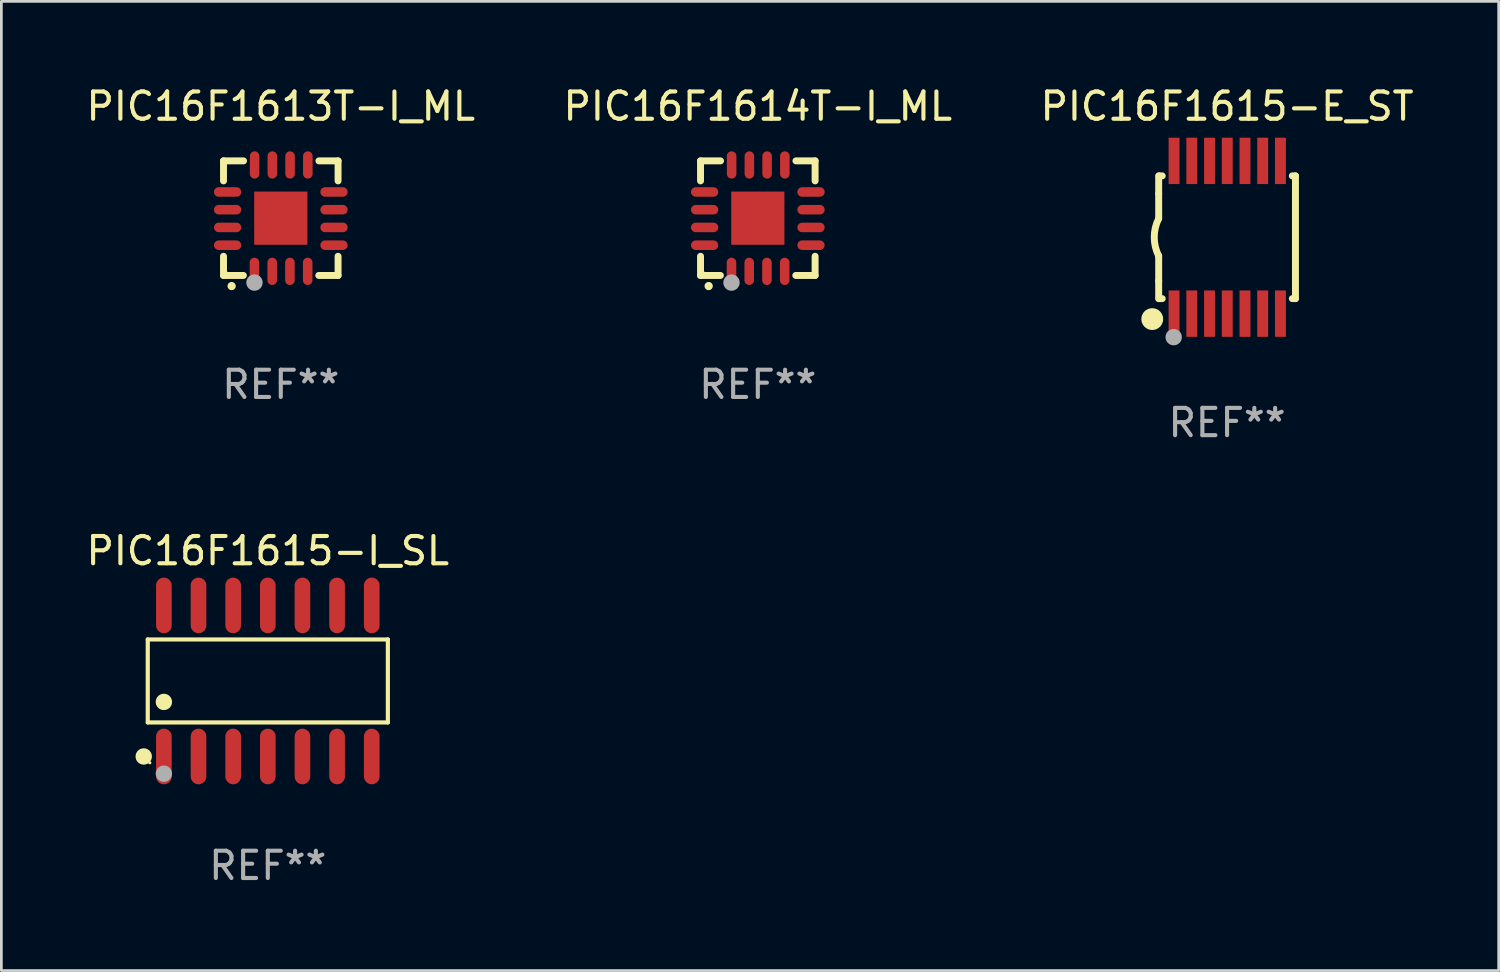
<source format=kicad_pcb>
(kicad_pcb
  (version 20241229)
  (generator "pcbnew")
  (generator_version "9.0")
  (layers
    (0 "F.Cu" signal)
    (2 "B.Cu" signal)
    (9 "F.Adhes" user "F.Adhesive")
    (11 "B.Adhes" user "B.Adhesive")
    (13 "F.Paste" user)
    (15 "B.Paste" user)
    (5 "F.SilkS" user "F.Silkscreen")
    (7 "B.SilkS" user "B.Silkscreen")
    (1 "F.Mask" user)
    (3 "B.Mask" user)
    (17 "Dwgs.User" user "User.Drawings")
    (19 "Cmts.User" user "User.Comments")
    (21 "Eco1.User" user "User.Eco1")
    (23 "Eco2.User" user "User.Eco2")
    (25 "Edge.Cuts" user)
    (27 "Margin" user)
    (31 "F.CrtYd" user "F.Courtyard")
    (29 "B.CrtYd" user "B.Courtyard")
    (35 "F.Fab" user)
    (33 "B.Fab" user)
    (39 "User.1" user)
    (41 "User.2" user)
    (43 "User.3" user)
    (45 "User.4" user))
  (footprint "PIC16F1615-E_ST"
    (layer "F.Cu")
    (at 41.935 5.648)
    (property "Reference" "PIC16F1615-E_ST" (at 0 -4.8 0) (layer "F.SilkS") (effects (font (size 1 1) (thickness 0.15))))
    (attr through_hole)
    (fp_line (start -2.507 -1.6) (end -2.507 -2.25) (stroke (width 0.254) (type solid)) (layer "F.SilkS"))
    (fp_line (start -2.507 -0.686) (end -2.507 -1.6) (stroke (width 0.254) (type solid)) (layer "F.SilkS"))
    (fp_line (start -2.507 1.6) (end -2.507 0.686) (stroke (width 0.254) (type solid)) (layer "F.SilkS"))
    (fp_line (start -2.507 1.6) (end -2.507 2.25) (stroke (width 0.254) (type solid)) (layer "F.SilkS"))
    (fp_line (start -2.493 -2.25) (end -2.377 -2.25) (stroke (width 0.254) (type solid)) (layer "F.SilkS"))
    (fp_line (start -2.377 2.25) (end -2.493 2.25) (stroke (width 0.254) (type solid)) (layer "F.SilkS"))
    (fp_line (start 2.392 -2.25) (end 2.507 -2.25) (stroke (width 0.254) (type solid)) (layer "F.SilkS"))
    (fp_line (start 2.507 -2.25) (end 2.507 2.25) (stroke (width 0.254) (type solid)) (layer "F.SilkS"))
    (fp_line (start 2.507 2.25) (end 2.392 2.25) (stroke (width 0.254) (type solid)) (layer "F.SilkS"))
    (fp_arc (start -2.507303 0.685802) (mid -2.669199 0) (end -2.507303 -0.685801) (stroke (width 0.254001) (type solid)) (layer "F.SilkS"))
    (fp_circle (center -2.743 3) (end -2.543 3) (stroke (width 0.4) (type solid)) (fill no) (layer "F.SilkS"))
    (fp_circle (center -2.493 3.2) (end -2.463 3.2) (stroke (width 0.06) (type solid)) (fill no) (layer "F.SilkS"))
    (fp_circle (center -1.957 3.662) (end -1.807 3.662) (stroke (width 0.3) (type solid)) (fill no) (layer "F.Fab"))
    (fp_text user "REF**" (at 0 6.8 0) (layer "F.Fab") (effects (font (size 1 1) (thickness 0.15))))
    (pad "1" smd rect (at -1.943 2.8) (size 0.4 1.7) (layers "F.Cu" "F.Mask" "F.Paste"))
    (pad "2" smd rect (at -1.293 2.8) (size 0.4 1.7) (layers "F.Cu" "F.Mask" "F.Paste"))
    (pad "3" smd rect (at -0.643 2.8) (size 0.4 1.7) (layers "F.Cu" "F.Mask" "F.Paste"))
    (pad "4" smd rect (at 0.007 2.8) (size 0.4 1.7) (layers "F.Cu" "F.Mask" "F.Paste"))
    (pad "5" smd rect (at 0.657 2.8) (size 0.4 1.7) (layers "F.Cu" "F.Mask" "F.Paste"))
    (pad "6" smd rect (at 1.307 2.8) (size 0.4 1.7) (layers "F.Cu" "F.Mask" "F.Paste"))
    (pad "7" smd rect (at 1.957 2.8) (size 0.4 1.7) (layers "F.Cu" "F.Mask" "F.Paste"))
    (pad "8" smd rect (at 1.957 -2.8) (size 0.4 1.7) (layers "F.Cu" "F.Mask" "F.Paste"))
    (pad "9" smd rect (at 1.307 -2.8) (size 0.4 1.7) (layers "F.Cu" "F.Mask" "F.Paste"))
    (pad "10" smd rect (at 0.657 -2.8) (size 0.4 1.7) (layers "F.Cu" "F.Mask" "F.Paste"))
    (pad "11" smd rect (at 0.007 -2.8) (size 0.4 1.7) (layers "F.Cu" "F.Mask" "F.Paste"))
    (pad "12" smd rect (at -0.643 -2.8) (size 0.4 1.7) (layers "F.Cu" "F.Mask" "F.Paste"))
    (pad "13" smd rect (at -1.293 -2.8) (size 0.4 1.7) (layers "F.Cu" "F.Mask" "F.Paste"))
    (pad "14" smd rect (at -1.943 -2.8) (size 0.4 1.7) (layers "F.Cu" "F.Mask" "F.Paste")))
  (footprint "PIC16F1615-I_SL"
    (layer "F.Cu")
    (at 6.768 21.914)
    (property "Reference" "PIC16F1615-I_SL" (at 0 -4.769 0) (layer "F.SilkS") (effects (font (size 1 1) (thickness 0.15))))
    (attr through_hole)
    (fp_line (start -4.401 -1.521) (end 4.401 -1.521) (stroke (width 0.152) (type solid)) (layer "F.SilkS"))
    (fp_line (start -4.401 1.521) (end -4.401 -1.521) (stroke (width 0.152) (type solid)) (layer "F.SilkS"))
    (fp_line (start 4.401 -1.521) (end 4.401 1.521) (stroke (width 0.152) (type solid)) (layer "F.SilkS"))
    (fp_line (start 4.401 1.521) (end -4.401 1.521) (stroke (width 0.152) (type solid)) (layer "F.SilkS"))
    (fp_circle (center -4.549 2.769) (end -4.399 2.769) (stroke (width 0.3) (type solid)) (fill no) (layer "F.SilkS"))
    (fp_circle (center -4.325 3) (end -4.295 3) (stroke (width 0.06) (type solid)) (fill no) (layer "F.SilkS"))
    (fp_circle (center -3.81 0.769) (end -3.66 0.769) (stroke (width 0.3) (type solid)) (fill no) (layer "F.SilkS"))
    (fp_circle (center -3.81 3.4) (end -3.66 3.4) (stroke (width 0.3) (type solid)) (fill no) (layer "F.Fab"))
    (fp_text user "REF**" (at 0 6.769 0) (layer "F.Fab") (effects (font (size 1 1) (thickness 0.15))))
    (pad "1" smd oval (at -3.81 2.769) (size 0.574 2.038) (layers "F.Cu" "F.Mask" "F.Paste"))
    (pad "2" smd oval (at -2.54 2.769) (size 0.574 2.038) (layers "F.Cu" "F.Mask" "F.Paste"))
    (pad "3" smd oval (at -1.27 2.769) (size 0.574 2.038) (layers "F.Cu" "F.Mask" "F.Paste"))
    (pad "4" smd oval (at 0 2.769) (size 0.574 2.038) (layers "F.Cu" "F.Mask" "F.Paste"))
    (pad "5" smd oval (at 1.27 2.769) (size 0.574 2.038) (layers "F.Cu" "F.Mask" "F.Paste"))
    (pad "6" smd oval (at 2.54 2.769) (size 0.574 2.038) (layers "F.Cu" "F.Mask" "F.Paste"))
    (pad "7" smd oval (at 3.81 2.769) (size 0.574 2.038) (layers "F.Cu" "F.Mask" "F.Paste"))
    (pad "8" smd oval (at 3.81 -2.769) (size 0.574 2.038) (layers "F.Cu" "F.Mask" "F.Paste"))
    (pad "9" smd oval (at 2.54 -2.769) (size 0.574 2.038) (layers "F.Cu" "F.Mask" "F.Paste"))
    (pad "10" smd oval (at 1.27 -2.769) (size 0.574 2.038) (layers "F.Cu" "F.Mask" "F.Paste"))
    (pad "11" smd oval (at 0 -2.769) (size 0.574 2.038) (layers "F.Cu" "F.Mask" "F.Paste"))
    (pad "12" smd oval (at -1.27 -2.769) (size 0.574 2.038) (layers "F.Cu" "F.Mask" "F.Paste"))
    (pad "13" smd oval (at -2.54 -2.769) (size 0.574 2.038) (layers "F.Cu" "F.Mask" "F.Paste"))
    (pad "14" smd oval (at -3.81 -2.769) (size 0.574 2.038) (layers "F.Cu" "F.Mask" "F.Paste")))
  (footprint "PIC16F1614T-I_ML"
    (layer "F.Cu")
    (at 24.732 4.948)
    (property "Reference" "PIC16F1614T-I_ML" (at 0 -4.1 0) (layer "F.SilkS") (effects (font (size 1 1) (thickness 0.15))))
    (attr through_hole)
    (fp_line (start -2.1 -2.1) (end -1.366 -2.1) (stroke (width 0.254) (type solid)) (layer "F.SilkS"))
    (fp_line (start -2.1 -1.366) (end -2.1 -2.1) (stroke (width 0.254) (type solid)) (layer "F.SilkS"))
    (fp_line (start -2.1 2.1) (end -2.1 1.397) (stroke (width 0.254) (type solid)) (layer "F.SilkS"))
    (fp_line (start -2.1 2.1) (end -1.371 2.1) (stroke (width 0.254) (type solid)) (layer "F.SilkS"))
    (fp_line (start 1.392 2.1) (end 2.1 2.1) (stroke (width 0.254) (type solid)) (layer "F.SilkS"))
    (fp_line (start 1.397 -2.1) (end 2.1 -2.1) (stroke (width 0.254) (type solid)) (layer "F.SilkS"))
    (fp_line (start 2.1 -1.366) (end 2.1 -2.1) (stroke (width 0.254) (type solid)) (layer "F.SilkS"))
    (fp_line (start 2.1 2.1) (end 2.1 1.397) (stroke (width 0.254) (type solid)) (layer "F.SilkS"))
    (fp_arc (start -1.803404 2.489205) (mid -1.802134 2.4892) (end -1.800864 2.489205) (stroke (width 0.3) (type solid)) (layer "F.SilkS"))
    (fp_circle (center -2 2) (end -1.97 2) (stroke (width 0.06) (type solid)) (fill no) (layer "F.SilkS"))
    (fp_circle (center -0.965 2.362) (end -0.815 2.362) (stroke (width 0.3) (type solid)) (fill no) (layer "F.Fab"))
    (fp_text user "REF**" (at 0 6.1 0) (layer "F.Fab") (effects (font (size 1 1) (thickness 0.15))))
    (pad "1" smd oval (at -0.965 1.95) (size 0.35 1) (layers "F.Cu" "F.Mask" "F.Paste"))
    (pad "2" smd oval (at -0.315 1.95) (size 0.35 1) (layers "F.Cu" "F.Mask" "F.Paste"))
    (pad "3" smd oval (at 0.335 1.95) (size 0.35 1) (layers "F.Cu" "F.Mask" "F.Paste"))
    (pad "4" smd oval (at 0.986 1.95) (size 0.35 1) (layers "F.Cu" "F.Mask" "F.Paste"))
    (pad "5" smd oval (at 1.95 0.991) (size 1 0.35) (layers "F.Cu" "F.Mask" "F.Paste"))
    (pad "6" smd oval (at 1.95 0.34) (size 1 0.35) (layers "F.Cu" "F.Mask" "F.Paste"))
    (pad "7" smd oval (at 1.95 -0.31) (size 1 0.35) (layers "F.Cu" "F.Mask" "F.Paste"))
    (pad "8" smd oval (at 1.95 -0.96) (size 1 0.35) (layers "F.Cu" "F.Mask" "F.Paste"))
    (pad "9" smd oval (at 0.991 -1.95) (size 0.35 1) (layers "F.Cu" "F.Mask" "F.Paste"))
    (pad "10" smd oval (at 0.34 -1.95) (size 0.35 1) (layers "F.Cu" "F.Mask" "F.Paste"))
    (pad "11" smd oval (at -0.31 -1.95) (size 0.35 1) (layers "F.Cu" "F.Mask" "F.Paste"))
    (pad "12" smd oval (at -0.96 -1.95) (size 0.35 1) (layers "F.Cu" "F.Mask" "F.Paste"))
    (pad "13" smd oval (at -1.95 -0.96) (size 1 0.35) (layers "F.Cu" "F.Mask" "F.Paste"))
    (pad "14" smd oval (at -1.95 -0.31) (size 1 0.35) (layers "F.Cu" "F.Mask" "F.Paste"))
    (pad "15" smd oval (at -1.95 0.34) (size 1 0.35) (layers "F.Cu" "F.Mask" "F.Paste"))
    (pad "16" smd oval (at -1.95 0.991) (size 1 0.35) (layers "F.Cu" "F.Mask" "F.Paste"))
    (pad "17" smd rect (at 0 0) (size 1.95 1.95) (layers "F.Cu" "F.Mask" "F.Paste")))
  (footprint "PIC16F1613T-I_ML"
    (layer "F.Cu")
    (at 7.244 4.948)
    (property "Reference" "PIC16F1613T-I_ML" (at 0 -4.1 0) (layer "F.SilkS") (effects (font (size 1 1) (thickness 0.15))))
    (attr through_hole)
    (fp_line (start -2.1 -2.1) (end -1.366 -2.1) (stroke (width 0.254) (type solid)) (layer "F.SilkS"))
    (fp_line (start -2.1 -1.366) (end -2.1 -2.1) (stroke (width 0.254) (type solid)) (layer "F.SilkS"))
    (fp_line (start -2.1 2.1) (end -2.1 1.397) (stroke (width 0.254) (type solid)) (layer "F.SilkS"))
    (fp_line (start -2.1 2.1) (end -1.371 2.1) (stroke (width 0.254) (type solid)) (layer "F.SilkS"))
    (fp_line (start 1.392 2.1) (end 2.1 2.1) (stroke (width 0.254) (type solid)) (layer "F.SilkS"))
    (fp_line (start 1.397 -2.1) (end 2.1 -2.1) (stroke (width 0.254) (type solid)) (layer "F.SilkS"))
    (fp_line (start 2.1 -1.366) (end 2.1 -2.1) (stroke (width 0.254) (type solid)) (layer "F.SilkS"))
    (fp_line (start 2.1 2.1) (end 2.1 1.397) (stroke (width 0.254) (type solid)) (layer "F.SilkS"))
    (fp_arc (start -1.803404 2.489205) (mid -1.802134 2.4892) (end -1.800864 2.489205) (stroke (width 0.3) (type solid)) (layer "F.SilkS"))
    (fp_circle (center -2 2) (end -1.97 2) (stroke (width 0.06) (type solid)) (fill no) (layer "F.SilkS"))
    (fp_circle (center -0.965 2.362) (end -0.815 2.362) (stroke (width 0.3) (type solid)) (fill no) (layer "F.Fab"))
    (fp_text user "REF**" (at 0 6.1 0) (layer "F.Fab") (effects (font (size 1 1) (thickness 0.15))))
    (pad "1" smd oval (at -0.965 1.95) (size 0.35 1) (layers "F.Cu" "F.Mask" "F.Paste"))
    (pad "2" smd oval (at -0.315 1.95) (size 0.35 1) (layers "F.Cu" "F.Mask" "F.Paste"))
    (pad "3" smd oval (at 0.335 1.95) (size 0.35 1) (layers "F.Cu" "F.Mask" "F.Paste"))
    (pad "4" smd oval (at 0.986 1.95) (size 0.35 1) (layers "F.Cu" "F.Mask" "F.Paste"))
    (pad "5" smd oval (at 1.95 0.991) (size 1 0.35) (layers "F.Cu" "F.Mask" "F.Paste"))
    (pad "6" smd oval (at 1.95 0.34) (size 1 0.35) (layers "F.Cu" "F.Mask" "F.Paste"))
    (pad "7" smd oval (at 1.95 -0.31) (size 1 0.35) (layers "F.Cu" "F.Mask" "F.Paste"))
    (pad "8" smd oval (at 1.95 -0.96) (size 1 0.35) (layers "F.Cu" "F.Mask" "F.Paste"))
    (pad "9" smd oval (at 0.991 -1.95) (size 0.35 1) (layers "F.Cu" "F.Mask" "F.Paste"))
    (pad "10" smd oval (at 0.34 -1.95) (size 0.35 1) (layers "F.Cu" "F.Mask" "F.Paste"))
    (pad "11" smd oval (at -0.31 -1.95) (size 0.35 1) (layers "F.Cu" "F.Mask" "F.Paste"))
    (pad "12" smd oval (at -0.96 -1.95) (size 0.35 1) (layers "F.Cu" "F.Mask" "F.Paste"))
    (pad "13" smd oval (at -1.95 -0.96) (size 1 0.35) (layers "F.Cu" "F.Mask" "F.Paste"))
    (pad "14" smd oval (at -1.95 -0.31) (size 1 0.35) (layers "F.Cu" "F.Mask" "F.Paste"))
    (pad "15" smd oval (at -1.95 0.34) (size 1 0.35) (layers "F.Cu" "F.Mask" "F.Paste"))
    (pad "16" smd oval (at -1.95 0.991) (size 1 0.35) (layers "F.Cu" "F.Mask" "F.Paste"))
    (pad "17" smd rect (at 0 0) (size 1.95 1.95) (layers "F.Cu" "F.Mask" "F.Paste")))
  (gr_rect
    (start -3 -3)
    (end 51.893 32.531)
    (stroke (width 0.1) (type default))
    (fill no)
    (layer "Edge.Cuts")))
</source>
